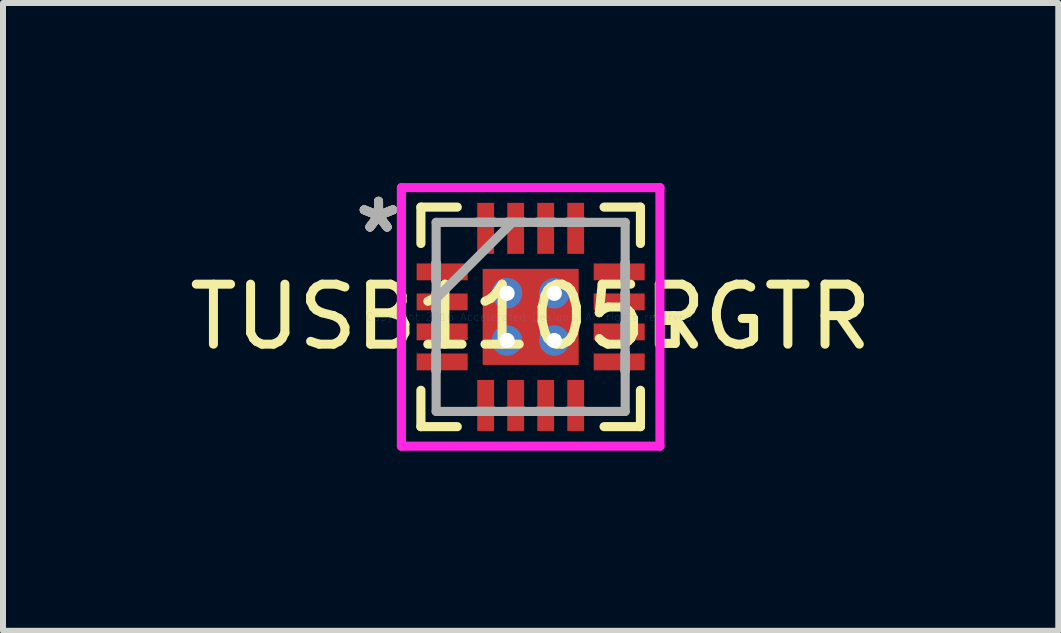
<source format=kicad_pcb>
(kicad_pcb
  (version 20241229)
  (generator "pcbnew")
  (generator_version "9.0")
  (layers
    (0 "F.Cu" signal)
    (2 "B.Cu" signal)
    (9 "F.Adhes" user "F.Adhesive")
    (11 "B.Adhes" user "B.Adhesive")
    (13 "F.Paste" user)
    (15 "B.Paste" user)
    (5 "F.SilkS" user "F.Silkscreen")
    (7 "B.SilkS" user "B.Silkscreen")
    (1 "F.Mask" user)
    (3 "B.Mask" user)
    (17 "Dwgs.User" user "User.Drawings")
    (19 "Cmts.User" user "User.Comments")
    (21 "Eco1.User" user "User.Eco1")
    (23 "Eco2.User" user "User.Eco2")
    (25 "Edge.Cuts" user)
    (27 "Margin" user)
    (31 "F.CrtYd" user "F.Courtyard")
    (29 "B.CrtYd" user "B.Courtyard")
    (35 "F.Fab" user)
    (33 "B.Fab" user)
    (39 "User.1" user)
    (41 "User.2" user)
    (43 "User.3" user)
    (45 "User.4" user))
  (footprint "TUSB1105RGTR"
    (layer "F.Cu")
    (at 5.792 2.23)
    (property "Reference" "TUSB1105RGTR" (at 0 0 0) (layer "F.SilkS") (effects (font (size 1 1) (thickness 0.15))))
    (attr through_hole)
    (fp_line (start -1.97 -0.96) (end -1.97 -0.54) (stroke (width 0.152) (type solid)) (layer "F.Mask"))
    (fp_line (start -1.97 -0.54) (end -0.98 -0.54) (stroke (width 0.152) (type solid)) (layer "F.Mask"))
    (fp_line (start -1.97 -0.46) (end -1.97 -0.04) (stroke (width 0.152) (type solid)) (layer "F.Mask"))
    (fp_line (start -1.97 -0.04) (end -0.98 -0.04) (stroke (width 0.152) (type solid)) (layer "F.Mask"))
    (fp_line (start -1.97 0.04) (end -1.97 0.46) (stroke (width 0.152) (type solid)) (layer "F.Mask"))
    (fp_line (start -1.97 0.46) (end -0.98 0.46) (stroke (width 0.152) (type solid)) (layer "F.Mask"))
    (fp_line (start -1.97 0.54) (end -1.97 0.96) (stroke (width 0.152) (type solid)) (layer "F.Mask"))
    (fp_line (start -1.97 0.96) (end -0.98 0.96) (stroke (width 0.152) (type solid)) (layer "F.Mask"))
    (fp_line (start -0.98 -0.96) (end -1.97 -0.96) (stroke (width 0.152) (type solid)) (layer "F.Mask"))
    (fp_line (start -0.98 -0.54) (end -0.98 -0.96) (stroke (width 0.152) (type solid)) (layer "F.Mask"))
    (fp_line (start -0.98 -0.46) (end -1.97 -0.46) (stroke (width 0.152) (type solid)) (layer "F.Mask"))
    (fp_line (start -0.98 -0.04) (end -0.98 -0.46) (stroke (width 0.152) (type solid)) (layer "F.Mask"))
    (fp_line (start -0.98 0.04) (end -1.97 0.04) (stroke (width 0.152) (type solid)) (layer "F.Mask"))
    (fp_line (start -0.98 0.46) (end -0.98 0.04) (stroke (width 0.152) (type solid)) (layer "F.Mask"))
    (fp_line (start -0.98 0.54) (end -1.97 0.54) (stroke (width 0.152) (type solid)) (layer "F.Mask"))
    (fp_line (start -0.98 0.96) (end -0.98 0.54) (stroke (width 0.152) (type solid)) (layer "F.Mask"))
    (fp_line (start -0.96 -1.97) (end -0.96 -0.98) (stroke (width 0.152) (type solid)) (layer "F.Mask"))
    (fp_line (start -0.96 -0.98) (end -0.541 -0.98) (stroke (width 0.152) (type solid)) (layer "F.Mask"))
    (fp_line (start -0.96 0.98) (end -0.96 1.97) (stroke (width 0.152) (type solid)) (layer "F.Mask"))
    (fp_line (start -0.96 1.97) (end -0.541 1.97) (stroke (width 0.152) (type solid)) (layer "F.Mask"))
    (fp_line (start -0.864 -0.864) (end -0.594 -0.864) (stroke (width 0.152) (type solid)) (layer "F.Mask"))
    (fp_line (start -0.864 -0.864) (end 0.864 -0.864) (stroke (width 0.152) (type solid)) (layer "F.Mask"))
    (fp_line (start -0.864 -0.594) (end -0.864 -0.864) (stroke (width 0.152) (type solid)) (layer "F.Mask"))
    (fp_line (start -0.864 -0.194) (end 0.864 -0.194) (stroke (width 0.152) (type solid)) (layer "F.Mask"))
    (fp_line (start -0.864 0.194) (end -0.864 -0.194) (stroke (width 0.152) (type solid)) (layer "F.Mask"))
    (fp_line (start -0.864 0.594) (end 0.864 0.594) (stroke (width 0.152) (type solid)) (layer "F.Mask"))
    (fp_line (start -0.864 0.864) (end -0.864 -0.864) (stroke (width 0.152) (type solid)) (layer "F.Mask"))
    (fp_line (start -0.864 0.864) (end -0.864 0.594) (stroke (width 0.152) (type solid)) (layer "F.Mask"))
    (fp_line (start -0.594 -0.864) (end -0.594 0.864) (stroke (width 0.152) (type solid)) (layer "F.Mask"))
    (fp_line (start -0.594 0.864) (end -0.864 0.864) (stroke (width 0.152) (type solid)) (layer "F.Mask"))
    (fp_line (start -0.541 -1.97) (end -0.96 -1.97) (stroke (width 0.152) (type solid)) (layer "F.Mask"))
    (fp_line (start -0.541 -0.98) (end -0.541 -1.97) (stroke (width 0.152) (type solid)) (layer "F.Mask"))
    (fp_line (start -0.541 0.98) (end -0.96 0.98) (stroke (width 0.152) (type solid)) (layer "F.Mask"))
    (fp_line (start -0.541 1.97) (end -0.541 0.98) (stroke (width 0.152) (type solid)) (layer "F.Mask"))
    (fp_line (start -0.46 -1.97) (end -0.46 -0.98) (stroke (width 0.152) (type solid)) (layer "F.Mask"))
    (fp_line (start -0.46 -0.98) (end -0.04 -0.98) (stroke (width 0.152) (type solid)) (layer "F.Mask"))
    (fp_line (start -0.46 0.98) (end -0.46 1.97) (stroke (width 0.152) (type solid)) (layer "F.Mask"))
    (fp_line (start -0.46 1.97) (end -0.04 1.97) (stroke (width 0.152) (type solid)) (layer "F.Mask"))
    (fp_line (start -0.194 -0.864) (end -0.194 0.864) (stroke (width 0.152) (type solid)) (layer "F.Mask"))
    (fp_line (start -0.194 0.864) (end 0.194 0.864) (stroke (width 0.152) (type solid)) (layer "F.Mask"))
    (fp_line (start -0.04 -1.97) (end -0.46 -1.97) (stroke (width 0.152) (type solid)) (layer "F.Mask"))
    (fp_line (start -0.04 -0.98) (end -0.04 -1.97) (stroke (width 0.152) (type solid)) (layer "F.Mask"))
    (fp_line (start -0.04 0.98) (end -0.46 0.98) (stroke (width 0.152) (type solid)) (layer "F.Mask"))
    (fp_line (start -0.04 1.97) (end -0.04 0.98) (stroke (width 0.152) (type solid)) (layer "F.Mask"))
    (fp_line (start 0.04 -1.97) (end 0.04 -0.98) (stroke (width 0.152) (type solid)) (layer "F.Mask"))
    (fp_line (start 0.04 -0.98) (end 0.46 -0.98) (stroke (width 0.152) (type solid)) (layer "F.Mask"))
    (fp_line (start 0.04 0.98) (end 0.04 1.97) (stroke (width 0.152) (type solid)) (layer "F.Mask"))
    (fp_line (start 0.04 1.97) (end 0.46 1.97) (stroke (width 0.152) (type solid)) (layer "F.Mask"))
    (fp_line (start 0.194 -0.864) (end -0.194 -0.864) (stroke (width 0.152) (type solid)) (layer "F.Mask"))
    (fp_line (start 0.194 0.864) (end 0.194 -0.864) (stroke (width 0.152) (type solid)) (layer "F.Mask"))
    (fp_line (start 0.46 -1.97) (end 0.04 -1.97) (stroke (width 0.152) (type solid)) (layer "F.Mask"))
    (fp_line (start 0.46 -0.98) (end 0.46 -1.97) (stroke (width 0.152) (type solid)) (layer "F.Mask"))
    (fp_line (start 0.46 0.98) (end 0.04 0.98) (stroke (width 0.152) (type solid)) (layer "F.Mask"))
    (fp_line (start 0.46 1.97) (end 0.46 0.98) (stroke (width 0.152) (type solid)) (layer "F.Mask"))
    (fp_line (start 0.541 -1.97) (end 0.541 -0.98) (stroke (width 0.152) (type solid)) (layer "F.Mask"))
    (fp_line (start 0.541 -0.98) (end 0.96 -0.98) (stroke (width 0.152) (type solid)) (layer "F.Mask"))
    (fp_line (start 0.541 0.98) (end 0.541 1.97) (stroke (width 0.152) (type solid)) (layer "F.Mask"))
    (fp_line (start 0.541 1.97) (end 0.96 1.97) (stroke (width 0.152) (type solid)) (layer "F.Mask"))
    (fp_line (start 0.594 -0.864) (end 0.864 -0.864) (stroke (width 0.152) (type solid)) (layer "F.Mask"))
    (fp_line (start 0.594 0.864) (end 0.594 -0.864) (stroke (width 0.152) (type solid)) (layer "F.Mask"))
    (fp_line (start 0.864 -0.864) (end 0.864 -0.594) (stroke (width 0.152) (type solid)) (layer "F.Mask"))
    (fp_line (start 0.864 -0.864) (end 0.864 0.864) (stroke (width 0.152) (type solid)) (layer "F.Mask"))
    (fp_line (start 0.864 -0.594) (end -0.864 -0.594) (stroke (width 0.152) (type solid)) (layer "F.Mask"))
    (fp_line (start 0.864 -0.194) (end 0.864 0.194) (stroke (width 0.152) (type solid)) (layer "F.Mask"))
    (fp_line (start 0.864 0.194) (end -0.864 0.194) (stroke (width 0.152) (type solid)) (layer "F.Mask"))
    (fp_line (start 0.864 0.594) (end 0.864 0.864) (stroke (width 0.152) (type solid)) (layer "F.Mask"))
    (fp_line (start 0.864 0.864) (end -0.864 0.864) (stroke (width 0.152) (type solid)) (layer "F.Mask"))
    (fp_line (start 0.864 0.864) (end 0.594 0.864) (stroke (width 0.152) (type solid)) (layer "F.Mask"))
    (fp_line (start 0.96 -1.97) (end 0.541 -1.97) (stroke (width 0.152) (type solid)) (layer "F.Mask"))
    (fp_line (start 0.96 -0.98) (end 0.96 -1.97) (stroke (width 0.152) (type solid)) (layer "F.Mask"))
    (fp_line (start 0.96 0.98) (end 0.541 0.98) (stroke (width 0.152) (type solid)) (layer "F.Mask"))
    (fp_line (start 0.96 1.97) (end 0.96 0.98) (stroke (width 0.152) (type solid)) (layer "F.Mask"))
    (fp_line (start 0.98 -0.96) (end 0.98 -0.54) (stroke (width 0.152) (type solid)) (layer "F.Mask"))
    (fp_line (start 0.98 -0.54) (end 1.97 -0.54) (stroke (width 0.152) (type solid)) (layer "F.Mask"))
    (fp_line (start 0.98 -0.46) (end 0.98 -0.04) (stroke (width 0.152) (type solid)) (layer "F.Mask"))
    (fp_line (start 0.98 -0.04) (end 1.97 -0.04) (stroke (width 0.152) (type solid)) (layer "F.Mask"))
    (fp_line (start 0.98 0.04) (end 0.98 0.46) (stroke (width 0.152) (type solid)) (layer "F.Mask"))
    (fp_line (start 0.98 0.46) (end 1.97 0.46) (stroke (width 0.152) (type solid)) (layer "F.Mask"))
    (fp_line (start 0.98 0.54) (end 0.98 0.96) (stroke (width 0.152) (type solid)) (layer "F.Mask"))
    (fp_line (start 0.98 0.96) (end 1.97 0.96) (stroke (width 0.152) (type solid)) (layer "F.Mask"))
    (fp_line (start 1.97 -0.96) (end 0.98 -0.96) (stroke (width 0.152) (type solid)) (layer "F.Mask"))
    (fp_line (start 1.97 -0.54) (end 1.97 -0.96) (stroke (width 0.152) (type solid)) (layer "F.Mask"))
    (fp_line (start 1.97 -0.46) (end 0.98 -0.46) (stroke (width 0.152) (type solid)) (layer "F.Mask"))
    (fp_line (start 1.97 -0.04) (end 1.97 -0.46) (stroke (width 0.152) (type solid)) (layer "F.Mask"))
    (fp_line (start 1.97 0.04) (end 0.98 0.04) (stroke (width 0.152) (type solid)) (layer "F.Mask"))
    (fp_line (start 1.97 0.46) (end 1.97 0.04) (stroke (width 0.152) (type solid)) (layer "F.Mask"))
    (fp_line (start 1.97 0.54) (end 0.98 0.54) (stroke (width 0.152) (type solid)) (layer "F.Mask"))
    (fp_line (start 1.97 0.96) (end 1.97 0.54) (stroke (width 0.152) (type solid)) (layer "F.Mask"))
    (fp_line (start -1.829 -1.829) (end -1.829 -1.223) (stroke (width 0.152) (type solid)) (layer "F.SilkS"))
    (fp_line (start -1.829 1.223) (end -1.829 1.829) (stroke (width 0.152) (type solid)) (layer "F.SilkS"))
    (fp_line (start -1.829 1.829) (end -1.223 1.829) (stroke (width 0.152) (type solid)) (layer "F.SilkS"))
    (fp_line (start -1.223 -1.829) (end -1.829 -1.829) (stroke (width 0.152) (type solid)) (layer "F.SilkS"))
    (fp_line (start 1.223 1.829) (end 1.829 1.829) (stroke (width 0.152) (type solid)) (layer "F.SilkS"))
    (fp_line (start 1.829 -1.829) (end 1.223 -1.829) (stroke (width 0.152) (type solid)) (layer "F.SilkS"))
    (fp_line (start 1.829 -1.223) (end 1.829 -1.829) (stroke (width 0.152) (type solid)) (layer "F.SilkS"))
    (fp_line (start 1.829 1.829) (end 1.829 1.223) (stroke (width 0.152) (type solid)) (layer "F.SilkS"))
    (fp_line (start 2.154 0.059) (end 2.408 0.059) (stroke (width 0.152) (type solid)) (layer "F.SilkS"))
    (fp_line (start 2.154 0.441) (end 2.154 0.059) (stroke (width 0.152) (type solid)) (layer "F.SilkS"))
    (fp_line (start 2.408 0.059) (end 2.408 0.441) (stroke (width 0.152) (type solid)) (layer "F.SilkS"))
    (fp_line (start 2.408 0.441) (end 2.154 0.441) (stroke (width 0.152) (type solid)) (layer "F.SilkS"))
    (fp_line (start -1.875 -0.865) (end -1.875 -0.635) (stroke (width 0.152) (type solid)) (layer "F.Paste"))
    (fp_line (start -1.875 -0.635) (end -1.075 -0.635) (stroke (width 0.152) (type solid)) (layer "F.Paste"))
    (fp_line (start -1.875 -0.365) (end -1.875 -0.135) (stroke (width 0.152) (type solid)) (layer "F.Paste"))
    (fp_line (start -1.875 -0.135) (end -1.075 -0.135) (stroke (width 0.152) (type solid)) (layer "F.Paste"))
    (fp_line (start -1.875 0.135) (end -1.875 0.365) (stroke (width 0.152) (type solid)) (layer "F.Paste"))
    (fp_line (start -1.875 0.365) (end -1.075 0.365) (stroke (width 0.152) (type solid)) (layer "F.Paste"))
    (fp_line (start -1.875 0.635) (end -1.875 0.865) (stroke (width 0.152) (type solid)) (layer "F.Paste"))
    (fp_line (start -1.875 0.865) (end -1.075 0.865) (stroke (width 0.152) (type solid)) (layer "F.Paste"))
    (fp_line (start -1.075 -0.865) (end -1.875 -0.865) (stroke (width 0.152) (type solid)) (layer "F.Paste"))
    (fp_line (start -1.075 -0.635) (end -1.075 -0.865) (stroke (width 0.152) (type solid)) (layer "F.Paste"))
    (fp_line (start -1.075 -0.365) (end -1.875 -0.365) (stroke (width 0.152) (type solid)) (layer "F.Paste"))
    (fp_line (start -1.075 -0.135) (end -1.075 -0.365) (stroke (width 0.152) (type solid)) (layer "F.Paste"))
    (fp_line (start -1.075 0.135) (end -1.875 0.135) (stroke (width 0.152) (type solid)) (layer "F.Paste"))
    (fp_line (start -1.075 0.365) (end -1.075 0.135) (stroke (width 0.152) (type solid)) (layer "F.Paste"))
    (fp_line (start -1.075 0.635) (end -1.875 0.635) (stroke (width 0.152) (type solid)) (layer "F.Paste"))
    (fp_line (start -1.075 0.865) (end -1.075 0.635) (stroke (width 0.152) (type solid)) (layer "F.Paste"))
    (fp_line (start -0.865 -1.875) (end -0.865 -1.075) (stroke (width 0.152) (type solid)) (layer "F.Paste"))
    (fp_line (start -0.865 -1.075) (end -0.635 -1.075) (stroke (width 0.152) (type solid)) (layer "F.Paste"))
    (fp_line (start -0.865 1.075) (end -0.865 1.875) (stroke (width 0.152) (type solid)) (layer "F.Paste"))
    (fp_line (start -0.865 1.875) (end -0.635 1.875) (stroke (width 0.152) (type solid)) (layer "F.Paste"))
    (fp_line (start -0.725 -0.725) (end -0.725 -0.494) (stroke (width 0.152) (type solid)) (layer "F.Paste"))
    (fp_line (start -0.725 -0.494) (end -0.635 -0.494) (stroke (width 0.152) (type solid)) (layer "F.Paste"))
    (fp_line (start -0.725 -0.294) (end -0.725 0.294) (stroke (width 0.152) (type solid)) (layer "F.Paste"))
    (fp_line (start -0.725 0.294) (end -0.635 0.294) (stroke (width 0.152) (type solid)) (layer "F.Paste"))
    (fp_line (start -0.725 0.494) (end -0.725 0.725) (stroke (width 0.152) (type solid)) (layer "F.Paste"))
    (fp_line (start -0.725 0.725) (end -0.494 0.725) (stroke (width 0.152) (type solid)) (layer "F.Paste"))
    (fp_line (start -0.635 -0.494) (end -0.635 -0.494) (stroke (width 0.152) (type solid)) (layer "F.Paste"))
    (fp_line (start -0.635 -0.494) (end -0.494 -0.635) (stroke (width 0.152) (type solid)) (layer "F.Paste"))
    (fp_line (start -0.635 -0.294) (end -0.725 -0.294) (stroke (width 0.152) (type solid)) (layer "F.Paste"))
    (fp_line (start -0.635 -0.294) (end -0.635 -0.294) (stroke (width 0.152) (type solid)) (layer "F.Paste"))
    (fp_line (start -0.635 0.294) (end -0.635 0.294) (stroke (width 0.152) (type solid)) (layer "F.Paste"))
    (fp_line (start -0.635 0.294) (end -0.494 0.152) (stroke (width 0.152) (type solid)) (layer "F.Paste"))
    (fp_line (start -0.635 0.494) (end -0.725 0.494) (stroke (width 0.152) (type solid)) (layer "F.Paste"))
    (fp_line (start -0.635 0.494) (end -0.635 0.494) (stroke (width 0.152) (type solid)) (layer "F.Paste"))
    (fp_line (start -0.635 -1.875) (end -0.865 -1.875) (stroke (width 0.152) (type solid)) (layer "F.Paste"))
    (fp_line (start -0.635 -1.075) (end -0.635 -1.875) (stroke (width 0.152) (type solid)) (layer "F.Paste"))
    (fp_line (start -0.635 1.075) (end -0.865 1.075) (stroke (width 0.152) (type solid)) (layer "F.Paste"))
    (fp_line (start -0.635 1.875) (end -0.635 1.075) (stroke (width 0.152) (type solid)) (layer "F.Paste"))
    (fp_line (start -0.494 -0.725) (end -0.725 -0.725) (stroke (width 0.152) (type solid)) (layer "F.Paste"))
    (fp_line (start -0.494 -0.635) (end -0.494 -0.725) (stroke (width 0.152) (type solid)) (layer "F.Paste"))
    (fp_line (start -0.494 -0.635) (end -0.494 -0.635) (stroke (width 0.152) (type solid)) (layer "F.Paste"))
    (fp_line (start -0.494 -0.152) (end -0.635 -0.294) (stroke (width 0.152) (type solid)) (layer "F.Paste"))
    (fp_line (start -0.494 -0.152) (end -0.494 -0.152) (stroke (width 0.152) (type solid)) (layer "F.Paste"))
    (fp_line (start -0.494 0.152) (end -0.494 -0.152) (stroke (width 0.152) (type solid)) (layer "F.Paste"))
    (fp_line (start -0.494 0.152) (end -0.494 0.152) (stroke (width 0.152) (type solid)) (layer "F.Paste"))
    (fp_line (start -0.494 0.635) (end -0.635 0.494) (stroke (width 0.152) (type solid)) (layer "F.Paste"))
    (fp_line (start -0.494 0.635) (end -0.494 0.635) (stroke (width 0.152) (type solid)) (layer "F.Paste"))
    (fp_line (start -0.494 0.725) (end -0.494 0.635) (stroke (width 0.152) (type solid)) (layer "F.Paste"))
    (fp_line (start -0.365 -1.875) (end -0.365 -1.075) (stroke (width 0.152) (type solid)) (layer "F.Paste"))
    (fp_line (start -0.365 -1.075) (end -0.135 -1.075) (stroke (width 0.152) (type solid)) (layer "F.Paste"))
    (fp_line (start -0.365 1.075) (end -0.365 1.875) (stroke (width 0.152) (type solid)) (layer "F.Paste"))
    (fp_line (start -0.365 1.875) (end -0.135 1.875) (stroke (width 0.152) (type solid)) (layer "F.Paste"))
    (fp_line (start -0.294 -0.725) (end -0.294 -0.635) (stroke (width 0.152) (type solid)) (layer "F.Paste"))
    (fp_line (start -0.294 -0.635) (end -0.294 -0.635) (stroke (width 0.152) (type solid)) (layer "F.Paste"))
    (fp_line (start -0.294 -0.635) (end -0.152 -0.494) (stroke (width 0.152) (type solid)) (layer "F.Paste"))
    (fp_line (start -0.294 -0.152) (end -0.294 -0.152) (stroke (width 0.152) (type solid)) (layer "F.Paste"))
    (fp_line (start -0.294 -0.152) (end -0.294 0.152) (stroke (width 0.152) (type solid)) (layer "F.Paste"))
    (fp_line (start -0.294 0.152) (end -0.294 0.152) (stroke (width 0.152) (type solid)) (layer "F.Paste"))
    (fp_line (start -0.294 0.152) (end -0.152 0.294) (stroke (width 0.152) (type solid)) (layer "F.Paste"))
    (fp_line (start -0.294 0.635) (end -0.294 0.635) (stroke (width 0.152) (type solid)) (layer "F.Paste"))
    (fp_line (start -0.294 0.635) (end -0.294 0.725) (stroke (width 0.152) (type solid)) (layer "F.Paste"))
    (fp_line (start -0.294 0.725) (end 0.294 0.725) (stroke (width 0.152) (type solid)) (layer "F.Paste"))
    (fp_line (start -0.152 -0.494) (end -0.152 -0.494) (stroke (width 0.152) (type solid)) (layer "F.Paste"))
    (fp_line (start -0.152 -0.494) (end 0.152 -0.494) (stroke (width 0.152) (type solid)) (layer "F.Paste"))
    (fp_line (start -0.152 -0.294) (end -0.294 -0.152) (stroke (width 0.152) (type solid)) (layer "F.Paste"))
    (fp_line (start -0.152 -0.294) (end -0.152 -0.294) (stroke (width 0.152) (type solid)) (layer "F.Paste"))
    (fp_line (start -0.152 0.294) (end -0.152 0.294) (stroke (width 0.152) (type solid)) (layer "F.Paste"))
    (fp_line (start -0.152 0.294) (end 0.152 0.294) (stroke (width 0.152) (type solid)) (layer "F.Paste"))
    (fp_line (start -0.152 0.494) (end -0.294 0.635) (stroke (width 0.152) (type solid)) (layer "F.Paste"))
    (fp_line (start -0.152 0.494) (end -0.152 0.494) (stroke (width 0.152) (type solid)) (layer "F.Paste"))
    (fp_line (start -0.135 -1.875) (end -0.365 -1.875) (stroke (width 0.152) (type solid)) (layer "F.Paste"))
    (fp_line (start -0.135 -1.075) (end -0.135 -1.875) (stroke (width 0.152) (type solid)) (layer "F.Paste"))
    (fp_line (start -0.135 1.075) (end -0.365 1.075) (stroke (width 0.152) (type solid)) (layer "F.Paste"))
    (fp_line (start -0.135 1.875) (end -0.135 1.075) (stroke (width 0.152) (type solid)) (layer "F.Paste"))
    (fp_line (start 0.135 -1.875) (end 0.135 -1.075) (stroke (width 0.152) (type solid)) (layer "F.Paste"))
    (fp_line (start 0.135 -1.075) (end 0.365 -1.075) (stroke (width 0.152) (type solid)) (layer "F.Paste"))
    (fp_line (start 0.135 1.075) (end 0.135 1.875) (stroke (width 0.152) (type solid)) (layer "F.Paste"))
    (fp_line (start 0.135 1.875) (end 0.365 1.875) (stroke (width 0.152) (type solid)) (layer "F.Paste"))
    (fp_line (start 0.152 -0.494) (end 0.152 -0.494) (stroke (width 0.152) (type solid)) (layer "F.Paste"))
    (fp_line (start 0.152 -0.494) (end 0.294 -0.635) (stroke (width 0.152) (type solid)) (layer "F.Paste"))
    (fp_line (start 0.152 -0.294) (end -0.152 -0.294) (stroke (width 0.152) (type solid)) (layer "F.Paste"))
    (fp_line (start 0.152 -0.294) (end 0.152 -0.294) (stroke (width 0.152) (type solid)) (layer "F.Paste"))
    (fp_line (start 0.152 0.294) (end 0.152 0.294) (stroke (width 0.152) (type solid)) (layer "F.Paste"))
    (fp_line (start 0.152 0.294) (end 0.294 0.152) (stroke (width 0.152) (type solid)) (layer "F.Paste"))
    (fp_line (start 0.152 0.494) (end -0.152 0.494) (stroke (width 0.152) (type solid)) (layer "F.Paste"))
    (fp_line (start 0.152 0.494) (end 0.152 0.494) (stroke (width 0.152) (type solid)) (layer "F.Paste"))
    (fp_line (start 0.294 -0.725) (end -0.294 -0.725) (stroke (width 0.152) (type solid)) (layer "F.Paste"))
    (fp_line (start 0.294 -0.635) (end 0.294 -0.725) (stroke (width 0.152) (type solid)) (layer "F.Paste"))
    (fp_line (start 0.294 -0.635) (end 0.294 -0.635) (stroke (width 0.152) (type solid)) (layer "F.Paste"))
    (fp_line (start 0.294 -0.152) (end 0.152 -0.294) (stroke (width 0.152) (type solid)) (layer "F.Paste"))
    (fp_line (start 0.294 -0.152) (end 0.294 -0.152) (stroke (width 0.152) (type solid)) (layer "F.Paste"))
    (fp_line (start 0.294 0.152) (end 0.294 -0.152) (stroke (width 0.152) (type solid)) (layer "F.Paste"))
    (fp_line (start 0.294 0.152) (end 0.294 0.152) (stroke (width 0.152) (type solid)) (layer "F.Paste"))
    (fp_line (start 0.294 0.635) (end 0.152 0.494) (stroke (width 0.152) (type solid)) (layer "F.Paste"))
    (fp_line (start 0.294 0.635) (end 0.294 0.635) (stroke (width 0.152) (type solid)) (layer "F.Paste"))
    (fp_line (start 0.294 0.725) (end 0.294 0.635) (stroke (width 0.152) (type solid)) (layer "F.Paste"))
    (fp_line (start 0.365 -1.875) (end 0.135 -1.875) (stroke (width 0.152) (type solid)) (layer "F.Paste"))
    (fp_line (start 0.365 -1.075) (end 0.365 -1.875) (stroke (width 0.152) (type solid)) (layer "F.Paste"))
    (fp_line (start 0.365 1.075) (end 0.135 1.075) (stroke (width 0.152) (type solid)) (layer "F.Paste"))
    (fp_line (start 0.365 1.875) (end 0.365 1.075) (stroke (width 0.152) (type solid)) (layer "F.Paste"))
    (fp_line (start 0.494 -0.725) (end 0.494 -0.635) (stroke (width 0.152) (type solid)) (layer "F.Paste"))
    (fp_line (start 0.494 -0.635) (end 0.494 -0.635) (stroke (width 0.152) (type solid)) (layer "F.Paste"))
    (fp_line (start 0.494 -0.635) (end 0.635 -0.494) (stroke (width 0.152) (type solid)) (layer "F.Paste"))
    (fp_line (start 0.494 -0.152) (end 0.494 -0.152) (stroke (width 0.152) (type solid)) (layer "F.Paste"))
    (fp_line (start 0.494 -0.152) (end 0.494 0.152) (stroke (width 0.152) (type solid)) (layer "F.Paste"))
    (fp_line (start 0.494 0.152) (end 0.494 0.152) (stroke (width 0.152) (type solid)) (layer "F.Paste"))
    (fp_line (start 0.494 0.152) (end 0.635 0.294) (stroke (width 0.152) (type solid)) (layer "F.Paste"))
    (fp_line (start 0.494 0.635) (end 0.494 0.635) (stroke (width 0.152) (type solid)) (layer "F.Paste"))
    (fp_line (start 0.494 0.635) (end 0.494 0.725) (stroke (width 0.152) (type solid)) (layer "F.Paste"))
    (fp_line (start 0.494 0.725) (end 0.725 0.725) (stroke (width 0.152) (type solid)) (layer "F.Paste"))
    (fp_line (start 0.635 -1.875) (end 0.635 -1.075) (stroke (width 0.152) (type solid)) (layer "F.Paste"))
    (fp_line (start 0.635 -1.075) (end 0.865 -1.075) (stroke (width 0.152) (type solid)) (layer "F.Paste"))
    (fp_line (start 0.635 1.075) (end 0.635 1.875) (stroke (width 0.152) (type solid)) (layer "F.Paste"))
    (fp_line (start 0.635 1.875) (end 0.865 1.875) (stroke (width 0.152) (type solid)) (layer "F.Paste"))
    (fp_line (start 0.635 -0.494) (end 0.635 -0.494) (stroke (width 0.152) (type solid)) (layer "F.Paste"))
    (fp_line (start 0.635 -0.494) (end 0.725 -0.494) (stroke (width 0.152) (type solid)) (layer "F.Paste"))
    (fp_line (start 0.635 -0.294) (end 0.494 -0.152) (stroke (width 0.152) (type solid)) (layer "F.Paste"))
    (fp_line (start 0.635 -0.294) (end 0.635 -0.294) (stroke (width 0.152) (type solid)) (layer "F.Paste"))
    (fp_line (start 0.635 0.294) (end 0.635 0.294) (stroke (width 0.152) (type solid)) (layer "F.Paste"))
    (fp_line (start 0.635 0.294) (end 0.725 0.294) (stroke (width 0.152) (type solid)) (layer "F.Paste"))
    (fp_line (start 0.635 0.494) (end 0.494 0.635) (stroke (width 0.152) (type solid)) (layer "F.Paste"))
    (fp_line (start 0.635 0.494) (end 0.635 0.494) (stroke (width 0.152) (type solid)) (layer "F.Paste"))
    (fp_line (start 0.725 -0.725) (end 0.494 -0.725) (stroke (width 0.152) (type solid)) (layer "F.Paste"))
    (fp_line (start 0.725 -0.494) (end 0.725 -0.725) (stroke (width 0.152) (type solid)) (layer "F.Paste"))
    (fp_line (start 0.725 -0.294) (end 0.635 -0.294) (stroke (width 0.152) (type solid)) (layer "F.Paste"))
    (fp_line (start 0.725 0.294) (end 0.725 -0.294) (stroke (width 0.152) (type solid)) (layer "F.Paste"))
    (fp_line (start 0.725 0.494) (end 0.635 0.494) (stroke (width 0.152) (type solid)) (layer "F.Paste"))
    (fp_line (start 0.725 0.725) (end 0.725 0.494) (stroke (width 0.152) (type solid)) (layer "F.Paste"))
    (fp_line (start 0.865 -1.875) (end 0.635 -1.875) (stroke (width 0.152) (type solid)) (layer "F.Paste"))
    (fp_line (start 0.865 -1.075) (end 0.865 -1.875) (stroke (width 0.152) (type solid)) (layer "F.Paste"))
    (fp_line (start 0.865 1.075) (end 0.635 1.075) (stroke (width 0.152) (type solid)) (layer "F.Paste"))
    (fp_line (start 0.865 1.875) (end 0.865 1.075) (stroke (width 0.152) (type solid)) (layer "F.Paste"))
    (fp_line (start 1.075 -0.865) (end 1.075 -0.635) (stroke (width 0.152) (type solid)) (layer "F.Paste"))
    (fp_line (start 1.075 -0.635) (end 1.875 -0.635) (stroke (width 0.152) (type solid)) (layer "F.Paste"))
    (fp_line (start 1.075 -0.365) (end 1.075 -0.135) (stroke (width 0.152) (type solid)) (layer "F.Paste"))
    (fp_line (start 1.075 -0.135) (end 1.875 -0.135) (stroke (width 0.152) (type solid)) (layer "F.Paste"))
    (fp_line (start 1.075 0.135) (end 1.075 0.365) (stroke (width 0.152) (type solid)) (layer "F.Paste"))
    (fp_line (start 1.075 0.365) (end 1.875 0.365) (stroke (width 0.152) (type solid)) (layer "F.Paste"))
    (fp_line (start 1.075 0.635) (end 1.075 0.865) (stroke (width 0.152) (type solid)) (layer "F.Paste"))
    (fp_line (start 1.075 0.865) (end 1.875 0.865) (stroke (width 0.152) (type solid)) (layer "F.Paste"))
    (fp_line (start 1.875 -0.865) (end 1.075 -0.865) (stroke (width 0.152) (type solid)) (layer "F.Paste"))
    (fp_line (start 1.875 -0.635) (end 1.875 -0.865) (stroke (width 0.152) (type solid)) (layer "F.Paste"))
    (fp_line (start 1.875 -0.365) (end 1.075 -0.365) (stroke (width 0.152) (type solid)) (layer "F.Paste"))
    (fp_line (start 1.875 -0.135) (end 1.875 -0.365) (stroke (width 0.152) (type solid)) (layer "F.Paste"))
    (fp_line (start 1.875 0.135) (end 1.075 0.135) (stroke (width 0.152) (type solid)) (layer "F.Paste"))
    (fp_line (start 1.875 0.365) (end 1.875 0.135) (stroke (width 0.152) (type solid)) (layer "F.Paste"))
    (fp_line (start 1.875 0.635) (end 1.075 0.635) (stroke (width 0.152) (type solid)) (layer "F.Paste"))
    (fp_line (start 1.875 0.865) (end 1.875 0.635) (stroke (width 0.152) (type solid)) (layer "F.Paste"))
    (fp_line (start -2.154 -2.154) (end 2.154 -2.154) (stroke (width 0.152) (type solid)) (layer "F.CrtYd"))
    (fp_line (start -2.154 2.154) (end -2.154 -2.154) (stroke (width 0.152) (type solid)) (layer "F.CrtYd"))
    (fp_line (start 2.154 -2.154) (end 2.154 2.154) (stroke (width 0.152) (type solid)) (layer "F.CrtYd"))
    (fp_line (start 2.154 2.154) (end -2.154 2.154) (stroke (width 0.152) (type solid)) (layer "F.CrtYd"))
    (fp_line (start -1.575 -1.575) (end -1.575 1.575) (stroke (width 0.152) (type solid)) (layer "F.Fab"))
    (fp_line (start -1.575 -0.9) (end -1.575 -0.9) (stroke (width 0.152) (type solid)) (layer "F.Fab"))
    (fp_line (start -1.575 -0.9) (end -1.575 -0.6) (stroke (width 0.152) (type solid)) (layer "F.Fab"))
    (fp_line (start -1.575 -0.6) (end -1.575 -0.9) (stroke (width 0.152) (type solid)) (layer "F.Fab"))
    (fp_line (start -1.575 -0.6) (end -1.575 -0.6) (stroke (width 0.152) (type solid)) (layer "F.Fab"))
    (fp_line (start -1.575 -0.4) (end -1.575 -0.4) (stroke (width 0.152) (type solid)) (layer "F.Fab"))
    (fp_line (start -1.575 -0.4) (end -1.575 -0.1) (stroke (width 0.152) (type solid)) (layer "F.Fab"))
    (fp_line (start -1.575 -0.305) (end -0.305 -1.575) (stroke (width 0.152) (type solid)) (layer "F.Fab"))
    (fp_line (start -1.575 -0.1) (end -1.575 -0.4) (stroke (width 0.152) (type solid)) (layer "F.Fab"))
    (fp_line (start -1.575 -0.1) (end -1.575 -0.1) (stroke (width 0.152) (type solid)) (layer "F.Fab"))
    (fp_line (start -1.575 0.1) (end -1.575 0.1) (stroke (width 0.152) (type solid)) (layer "F.Fab"))
    (fp_line (start -1.575 0.1) (end -1.575 0.4) (stroke (width 0.152) (type solid)) (layer "F.Fab"))
    (fp_line (start -1.575 0.4) (end -1.575 0.1) (stroke (width 0.152) (type solid)) (layer "F.Fab"))
    (fp_line (start -1.575 0.4) (end -1.575 0.4) (stroke (width 0.152) (type solid)) (layer "F.Fab"))
    (fp_line (start -1.575 0.6) (end -1.575 0.6) (stroke (width 0.152) (type solid)) (layer "F.Fab"))
    (fp_line (start -1.575 0.6) (end -1.575 0.9) (stroke (width 0.152) (type solid)) (layer "F.Fab"))
    (fp_line (start -1.575 0.9) (end -1.575 0.6) (stroke (width 0.152) (type solid)) (layer "F.Fab"))
    (fp_line (start -1.575 0.9) (end -1.575 0.9) (stroke (width 0.152) (type solid)) (layer "F.Fab"))
    (fp_line (start -1.575 1.575) (end 1.575 1.575) (stroke (width 0.152) (type solid)) (layer "F.Fab"))
    (fp_line (start -0.9 -1.575) (end -0.9 -1.575) (stroke (width 0.152) (type solid)) (layer "F.Fab"))
    (fp_line (start -0.9 -1.575) (end -0.6 -1.575) (stroke (width 0.152) (type solid)) (layer "F.Fab"))
    (fp_line (start -0.9 1.575) (end -0.9 1.575) (stroke (width 0.152) (type solid)) (layer "F.Fab"))
    (fp_line (start -0.9 1.575) (end -0.6 1.575) (stroke (width 0.152) (type solid)) (layer "F.Fab"))
    (fp_line (start -0.6 -1.575) (end -0.9 -1.575) (stroke (width 0.152) (type solid)) (layer "F.Fab"))
    (fp_line (start -0.6 -1.575) (end -0.6 -1.575) (stroke (width 0.152) (type solid)) (layer "F.Fab"))
    (fp_line (start -0.6 1.575) (end -0.9 1.575) (stroke (width 0.152) (type solid)) (layer "F.Fab"))
    (fp_line (start -0.6 1.575) (end -0.6 1.575) (stroke (width 0.152) (type solid)) (layer "F.Fab"))
    (fp_line (start -0.4 -1.575) (end -0.4 -1.575) (stroke (width 0.152) (type solid)) (layer "F.Fab"))
    (fp_line (start -0.4 -1.575) (end -0.1 -1.575) (stroke (width 0.152) (type solid)) (layer "F.Fab"))
    (fp_line (start -0.4 1.575) (end -0.4 1.575) (stroke (width 0.152) (type solid)) (layer "F.Fab"))
    (fp_line (start -0.4 1.575) (end -0.1 1.575) (stroke (width 0.152) (type solid)) (layer "F.Fab"))
    (fp_line (start -0.1 -1.575) (end -0.4 -1.575) (stroke (width 0.152) (type solid)) (layer "F.Fab"))
    (fp_line (start -0.1 -1.575) (end -0.1 -1.575) (stroke (width 0.152) (type solid)) (layer "F.Fab"))
    (fp_line (start -0.1 1.575) (end -0.4 1.575) (stroke (width 0.152) (type solid)) (layer "F.Fab"))
    (fp_line (start -0.1 1.575) (end -0.1 1.575) (stroke (width 0.152) (type solid)) (layer "F.Fab"))
    (fp_line (start 0.1 -1.575) (end 0.1 -1.575) (stroke (width 0.152) (type solid)) (layer "F.Fab"))
    (fp_line (start 0.1 -1.575) (end 0.4 -1.575) (stroke (width 0.152) (type solid)) (layer "F.Fab"))
    (fp_line (start 0.1 1.575) (end 0.1 1.575) (stroke (width 0.152) (type solid)) (layer "F.Fab"))
    (fp_line (start 0.1 1.575) (end 0.4 1.575) (stroke (width 0.152) (type solid)) (layer "F.Fab"))
    (fp_line (start 0.4 -1.575) (end 0.1 -1.575) (stroke (width 0.152) (type solid)) (layer "F.Fab"))
    (fp_line (start 0.4 -1.575) (end 0.4 -1.575) (stroke (width 0.152) (type solid)) (layer "F.Fab"))
    (fp_line (start 0.4 1.575) (end 0.1 1.575) (stroke (width 0.152) (type solid)) (layer "F.Fab"))
    (fp_line (start 0.4 1.575) (end 0.4 1.575) (stroke (width 0.152) (type solid)) (layer "F.Fab"))
    (fp_line (start 0.6 -1.575) (end 0.6 -1.575) (stroke (width 0.152) (type solid)) (layer "F.Fab"))
    (fp_line (start 0.6 -1.575) (end 0.9 -1.575) (stroke (width 0.152) (type solid)) (layer "F.Fab"))
    (fp_line (start 0.6 1.575) (end 0.6 1.575) (stroke (width 0.152) (type solid)) (layer "F.Fab"))
    (fp_line (start 0.6 1.575) (end 0.9 1.575) (stroke (width 0.152) (type solid)) (layer "F.Fab"))
    (fp_line (start 0.9 -1.575) (end 0.6 -1.575) (stroke (width 0.152) (type solid)) (layer "F.Fab"))
    (fp_line (start 0.9 -1.575) (end 0.9 -1.575) (stroke (width 0.152) (type solid)) (layer "F.Fab"))
    (fp_line (start 0.9 1.575) (end 0.6 1.575) (stroke (width 0.152) (type solid)) (layer "F.Fab"))
    (fp_line (start 0.9 1.575) (end 0.9 1.575) (stroke (width 0.152) (type solid)) (layer "F.Fab"))
    (fp_line (start 1.575 -1.575) (end -1.575 -1.575) (stroke (width 0.152) (type solid)) (layer "F.Fab"))
    (fp_line (start 1.575 -0.9) (end 1.575 -0.9) (stroke (width 0.152) (type solid)) (layer "F.Fab"))
    (fp_line (start 1.575 -0.9) (end 1.575 -0.6) (stroke (width 0.152) (type solid)) (layer "F.Fab"))
    (fp_line (start 1.575 -0.6) (end 1.575 -0.9) (stroke (width 0.152) (type solid)) (layer "F.Fab"))
    (fp_line (start 1.575 -0.6) (end 1.575 -0.6) (stroke (width 0.152) (type solid)) (layer "F.Fab"))
    (fp_line (start 1.575 -0.4) (end 1.575 -0.4) (stroke (width 0.152) (type solid)) (layer "F.Fab"))
    (fp_line (start 1.575 -0.4) (end 1.575 -0.1) (stroke (width 0.152) (type solid)) (layer "F.Fab"))
    (fp_line (start 1.575 -0.1) (end 1.575 -0.4) (stroke (width 0.152) (type solid)) (layer "F.Fab"))
    (fp_line (start 1.575 -0.1) (end 1.575 -0.1) (stroke (width 0.152) (type solid)) (layer "F.Fab"))
    (fp_line (start 1.575 0.1) (end 1.575 0.1) (stroke (width 0.152) (type solid)) (layer "F.Fab"))
    (fp_line (start 1.575 0.1) (end 1.575 0.4) (stroke (width 0.152) (type solid)) (layer "F.Fab"))
    (fp_line (start 1.575 0.4) (end 1.575 0.1) (stroke (width 0.152) (type solid)) (layer "F.Fab"))
    (fp_line (start 1.575 0.4) (end 1.575 0.4) (stroke (width 0.152) (type solid)) (layer "F.Fab"))
    (fp_line (start 1.575 0.6) (end 1.575 0.6) (stroke (width 0.152) (type solid)) (layer "F.Fab"))
    (fp_line (start 1.575 0.6) (end 1.575 0.9) (stroke (width 0.152) (type solid)) (layer "F.Fab"))
    (fp_line (start 1.575 0.9) (end 1.575 0.6) (stroke (width 0.152) (type solid)) (layer "F.Fab"))
    (fp_line (start 1.575 0.9) (end 1.575 0.9) (stroke (width 0.152) (type solid)) (layer "F.Fab"))
    (fp_line (start 1.575 1.575) (end 1.575 -1.575) (stroke (width 0.152) (type solid)) (layer "F.Fab"))
    (fp_text user "*" (at -2.535 -1.381 0) (layer "F.SilkS") (effects (font (size 1 1) (thickness 0.15))))
    (fp_text user "*" (at -2.535 -1.381 0) (layer "F.SilkS") (effects (font (size 1 1) (thickness 0.15))))
    (fp_text user "Copyright 2016 Accelerated Designs. All rights reserved." (at 0 0 0) (layer "Cmts.User") (effects (font (size 0.127 0.127) (thickness 0.002))))
    (fp_text user "*" (at -2.535 -1.381 0) (layer "F.Fab") (effects (font (size 1 1) (thickness 0.15))))
    (fp_text user "*" (at -2.535 -1.381 0) (layer "F.Fab") (effects (font (size 1 1) (thickness 0.15))))
    (pad "1" smd rect (at -1.475 -0.75 90) (size 0.28 0.85) (layers "F.Cu" "F.Mask" "F.Paste"))
    (pad "2" smd rect (at -1.475 -0.25 90) (size 0.28 0.85) (layers "F.Cu" "F.Mask" "F.Paste"))
    (pad "3" smd rect (at -1.475 0.25 90) (size 0.28 0.85) (layers "F.Cu" "F.Mask" "F.Paste"))
    (pad "4" smd rect (at -1.475 0.75 90) (size 0.28 0.85) (layers "F.Cu" "F.Mask" "F.Paste"))
    (pad "5" smd rect (at -0.75 1.475) (size 0.28 0.85) (layers "F.Cu" "F.Mask" "F.Paste"))
    (pad "6" smd rect (at -0.25 1.475) (size 0.28 0.85) (layers "F.Cu" "F.Mask" "F.Paste"))
    (pad "7" smd rect (at 0.25 1.475) (size 0.28 0.85) (layers "F.Cu" "F.Mask" "F.Paste"))
    (pad "8" smd rect (at 0.75 1.475) (size 0.28 0.85) (layers "F.Cu" "F.Mask" "F.Paste"))
    (pad "9" smd rect (at 1.475 0.75 90) (size 0.28 0.85) (layers "F.Cu" "F.Mask" "F.Paste"))
    (pad "10" smd rect (at 1.475 0.25 90) (size 0.28 0.85) (layers "F.Cu" "F.Mask" "F.Paste"))
    (pad "11" smd rect (at 1.475 -0.25 90) (size 0.28 0.85) (layers "F.Cu" "F.Mask" "F.Paste"))
    (pad "12" smd rect (at 1.475 -0.75 90) (size 0.28 0.85) (layers "F.Cu" "F.Mask" "F.Paste"))
    (pad "13" smd rect (at 0.75 -1.475) (size 0.28 0.85) (layers "F.Cu" "F.Mask" "F.Paste"))
    (pad "14" smd rect (at 0.25 -1.475) (size 0.28 0.85) (layers "F.Cu" "F.Mask" "F.Paste"))
    (pad "15" smd rect (at -0.25 -1.475) (size 0.28 0.85) (layers "F.Cu" "F.Mask" "F.Paste"))
    (pad "16" smd rect (at -0.75 -1.475) (size 0.28 0.85) (layers "F.Cu" "F.Mask" "F.Paste"))
    (pad "17" smd rect (at 0 0) (size 1.6 1.6) (layers "F.Cu" "F.Mask" "F.Paste"))
    (pad "V" thru_hole circle (at -0.394 -0.394) (size 0.508 0.508) (drill 0.254) (layers "*.Cu" "*.Mask"))
    (pad "V" thru_hole circle (at -0.394 0.394) (size 0.508 0.508) (drill 0.254) (layers "*.Cu" "*.Mask"))
    (pad "V" thru_hole circle (at 0.394 -0.394) (size 0.508 0.508) (drill 0.254) (layers "*.Cu" "*.Mask"))
    (pad "V" thru_hole circle (at 0.394 0.394) (size 0.508 0.508) (drill 0.254) (layers "*.Cu" "*.Mask")))
  (gr_rect
    (start -3 -3)
    (end 14.583 7.46)
    (stroke (width 0.1) (type default))
    (fill no)
    (layer "Edge.Cuts")))
</source>
